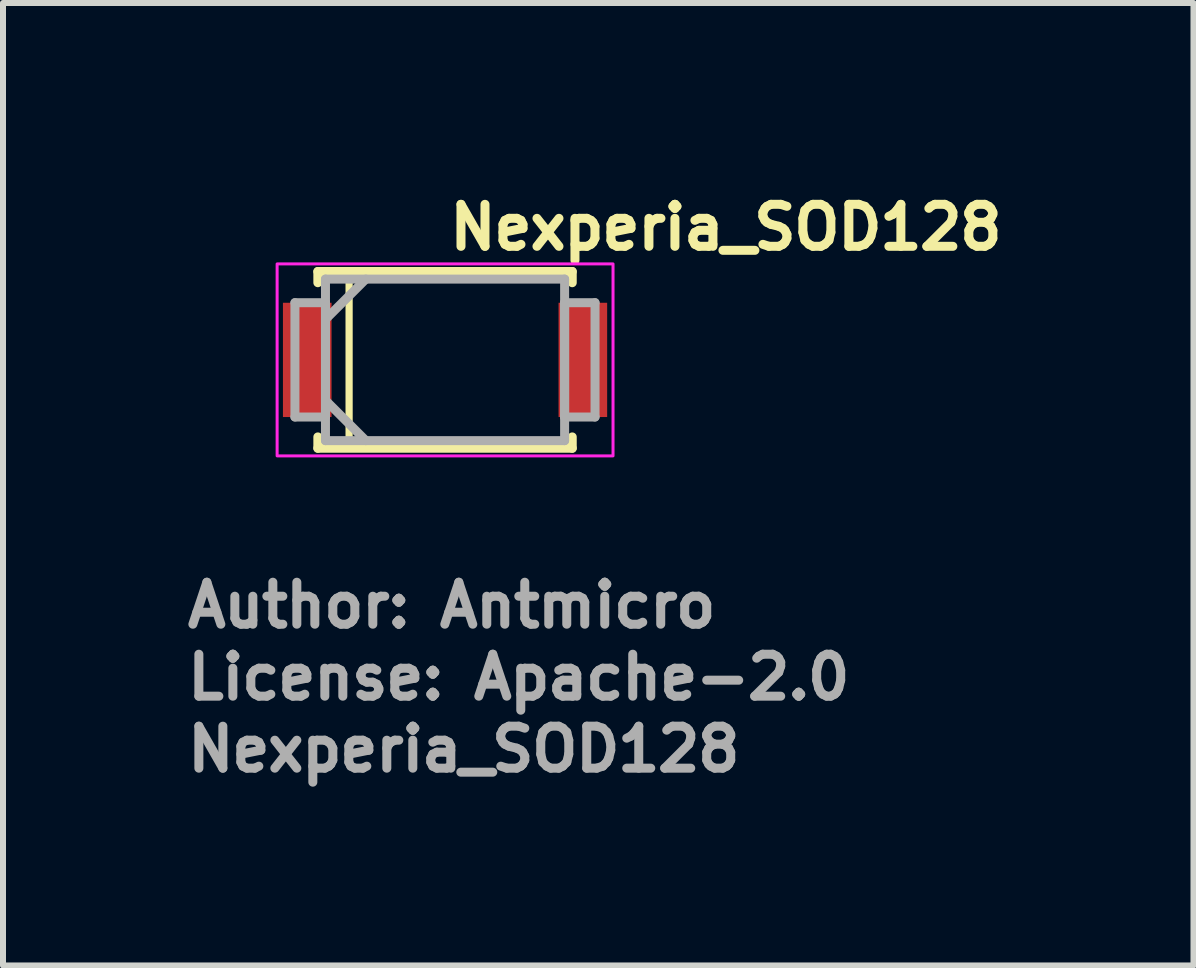
<source format=kicad_pcb>
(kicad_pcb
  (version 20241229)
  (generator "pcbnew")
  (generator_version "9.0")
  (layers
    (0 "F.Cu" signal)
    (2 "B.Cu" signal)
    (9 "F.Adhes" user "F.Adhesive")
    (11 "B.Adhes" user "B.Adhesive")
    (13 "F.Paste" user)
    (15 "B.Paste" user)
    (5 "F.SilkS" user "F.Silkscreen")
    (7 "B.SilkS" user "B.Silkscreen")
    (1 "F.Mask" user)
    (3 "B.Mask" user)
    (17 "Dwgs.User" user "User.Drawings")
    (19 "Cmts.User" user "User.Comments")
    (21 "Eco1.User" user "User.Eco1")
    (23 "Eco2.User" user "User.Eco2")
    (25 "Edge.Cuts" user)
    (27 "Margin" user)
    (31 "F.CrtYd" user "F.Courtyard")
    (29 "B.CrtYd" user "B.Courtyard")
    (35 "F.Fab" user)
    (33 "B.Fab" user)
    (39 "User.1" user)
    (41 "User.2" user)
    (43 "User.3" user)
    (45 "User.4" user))
  (footprint "Nexperia_SOD128"
    (layer "F.Cu")
    (at 4.37 2.95)
    (property "Reference" "Nexperia_SOD128" (at 0 -1.8 0) (layer "F.SilkS") (effects (font (size 0.7 0.7) (thickness 0.15)) (justify left bottom)))
    (attr smd)
    (fp_line (start -2.121 -1.474) (end -2.121 -1.287) (stroke (width 0.15) (type solid)) (layer "F.SilkS"))
    (fp_line (start -2.121 1.284) (end -2.121 1.473) (stroke (width 0.15) (type solid)) (layer "F.SilkS"))
    (fp_line (start -2.121 1.473) (end 2.12 1.473) (stroke (width 0.15) (type solid)) (layer "F.SilkS"))
    (fp_line (start -1.6 -1.4) (end -1.6 1.4) (stroke (width 0.12) (type solid)) (layer "F.SilkS"))
    (fp_line (start 2.12 -1.474) (end -2.121 -1.474) (stroke (width 0.15) (type solid)) (layer "F.SilkS"))
    (fp_line (start 2.12 -1.287) (end 2.12 -1.474) (stroke (width 0.15) (type solid)) (layer "F.SilkS"))
    (fp_line (start 2.12 1.473) (end 2.12 1.284) (stroke (width 0.15) (type solid)) (layer "F.SilkS"))
    (fp_rect (start -2.8 -1.6) (end 2.8 1.6) (stroke (width 0.05) (type solid)) (fill no) (layer "F.CrtYd"))
    (fp_line (start -2.503 -0.954) (end -2.503 0.952) (stroke (width 0.15) (type solid)) (layer "F.Fab"))
    (fp_line (start -2.503 0.952) (end -1.994 0.952) (stroke (width 0.15) (type solid)) (layer "F.Fab"))
    (fp_line (start -1.994 -1.347) (end -1.994 1.346) (stroke (width 0.15) (type solid)) (layer "F.Fab"))
    (fp_line (start -1.994 -0.954) (end -2.503 -0.954) (stroke (width 0.15) (type solid)) (layer "F.Fab"))
    (fp_line (start -1.994 -0.675) (end -1.321 -1.347) (stroke (width 0.15) (type solid)) (layer "F.Fab"))
    (fp_line (start -1.994 0.673) (end -1.321 1.346) (stroke (width 0.15) (type solid)) (layer "F.Fab"))
    (fp_line (start -1.994 0.952) (end -1.994 -0.954) (stroke (width 0.15) (type solid)) (layer "F.Fab"))
    (fp_line (start -1.994 1.346) (end 1.993 1.346) (stroke (width 0.15) (type solid)) (layer "F.Fab"))
    (fp_line (start 1.993 -1.347) (end -1.994 -1.347) (stroke (width 0.15) (type solid)) (layer "F.Fab"))
    (fp_line (start 1.993 -0.954) (end 1.993 0.952) (stroke (width 0.15) (type solid)) (layer "F.Fab"))
    (fp_line (start 1.993 0.952) (end 2.5 0.952) (stroke (width 0.15) (type solid)) (layer "F.Fab"))
    (fp_line (start 1.993 1.346) (end 1.993 -1.347) (stroke (width 0.15) (type solid)) (layer "F.Fab"))
    (fp_line (start 2.5 -0.954) (end 1.993 -0.954) (stroke (width 0.15) (type solid)) (layer "F.Fab"))
    (fp_line (start 2.5 0.952) (end 2.5 -0.954) (stroke (width 0.15) (type solid)) (layer "F.Fab"))
    (fp_rect (start -2.503 -1.347) (end 2.5 1.346) (stroke (width 0.1) (type solid)) (fill no) (layer "User.5"))
    (fp_line (start -2.503 0.951) (end -2.503 -0.953) (stroke (width 0.02) (type solid)) (layer "User.9"))
    (fp_line (start -2.503 0.951) (end -1.994 0.951) (stroke (width 0.02) (type solid)) (layer "User.9"))
    (fp_line (start -1.994 -1.347) (end 1.993 -1.347) (stroke (width 0.02) (type solid)) (layer "User.9"))
    (fp_line (start -1.994 -0.953) (end -2.503 -0.953) (stroke (width 0.02) (type solid)) (layer "User.9"))
    (fp_line (start -1.994 1.346) (end -1.994 -1.347) (stroke (width 0.02) (type solid)) (layer "User.9"))
    (fp_line (start -1.847 -1.2) (end -1.994 -1.347) (stroke (width 0.02) (type solid)) (layer "User.9"))
    (fp_line (start -1.847 -1.2) (end 1.846 -1.2) (stroke (width 0.02) (type solid)) (layer "User.9"))
    (fp_line (start -1.847 1.199) (end -1.994 1.344) (stroke (width 0.02) (type solid)) (layer "User.9"))
    (fp_line (start -1.847 1.199) (end -1.847 -1.2) (stroke (width 0.02) (type solid)) (layer "User.9"))
    (fp_line (start -1.545 -0.943) (end -1.545 0.941) (stroke (width 0.02) (type solid)) (layer "User.9"))
    (fp_line (start -1.545 0.941) (end -1.186 0.941) (stroke (width 0.02) (type solid)) (layer "User.9"))
    (fp_line (start -1.186 -0.943) (end -1.545 -0.943) (stroke (width 0.02) (type solid)) (layer "User.9"))
    (fp_line (start -1.186 0.941) (end -1.186 -0.943) (stroke (width 0.02) (type solid)) (layer "User.9"))
    (fp_line (start 1.846 -1.2) (end 1.846 1.199) (stroke (width 0.02) (type solid)) (layer "User.9"))
    (fp_line (start 1.846 1.199) (end -1.847 1.199) (stroke (width 0.02) (type solid)) (layer "User.9"))
    (fp_line (start 1.846 1.199) (end 1.993 1.344) (stroke (width 0.02) (type solid)) (layer "User.9"))
    (fp_line (start 1.993 -1.347) (end 1.846 -1.2) (stroke (width 0.02) (type solid)) (layer "User.9"))
    (fp_line (start 1.993 -1.347) (end 1.993 1.346) (stroke (width 0.02) (type solid)) (layer "User.9"))
    (fp_line (start 1.993 0.951) (end 2.5 0.951) (stroke (width 0.02) (type solid)) (layer "User.9"))
    (fp_line (start 1.993 1.346) (end -1.994 1.346) (stroke (width 0.02) (type solid)) (layer "User.9"))
    (fp_line (start 2.5 -0.953) (end 1.993 -0.953) (stroke (width 0.02) (type solid)) (layer "User.9"))
    (fp_line (start 2.5 -0.953) (end 2.5 0.951) (stroke (width 0.02) (type solid)) (layer "User.9"))
    (fp_text user "Author: Antmicro" (at -4.37 4.5 0) (layer "F.Fab") (effects (font (size 0.7 0.7) (thickness 0.15)) (justify left bottom)))
    (fp_text user "${REFERENCE}" (at -4.37 6.9 0) (layer "F.Fab") (effects (font (size 0.7 0.7) (thickness 0.15)) (justify left bottom)))
    (fp_text user "License: Apache-2.0" (at -4.37 5.7 0) (layer "F.Fab") (effects (font (size 0.7 0.7) (thickness 0.15)) (justify left bottom)))
    (pad "1" smd rect (at -2.298 0) (size 0.81 1.905) (layers "F.Cu" "F.Mask" "F.Paste"))
    (pad "2" smd rect (at 2.297 0) (size 0.81 1.905) (layers "F.Cu" "F.Mask" "F.Paste")))
  (gr_rect
    (start -3 -3)
    (end 16.847 13.046)
    (stroke (width 0.1) (type default))
    (fill no)
    (layer "Edge.Cuts")))
</source>
